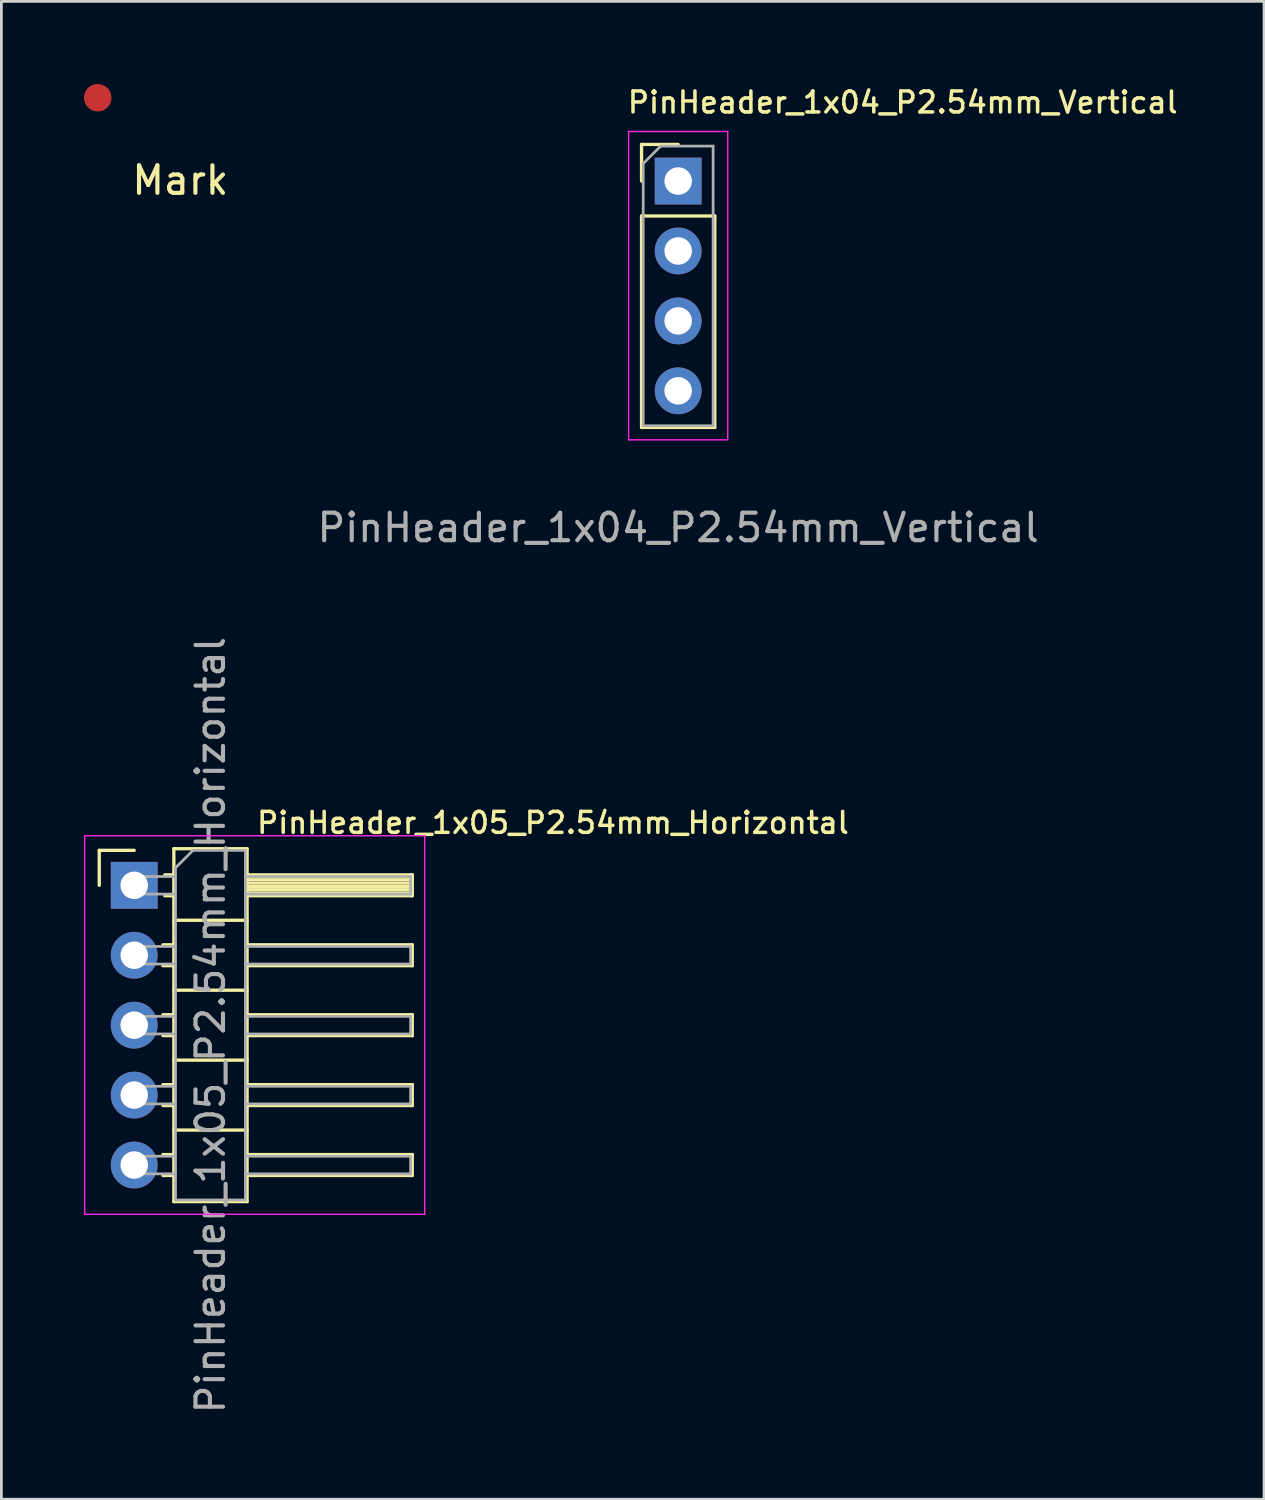
<source format=kicad_pcb>
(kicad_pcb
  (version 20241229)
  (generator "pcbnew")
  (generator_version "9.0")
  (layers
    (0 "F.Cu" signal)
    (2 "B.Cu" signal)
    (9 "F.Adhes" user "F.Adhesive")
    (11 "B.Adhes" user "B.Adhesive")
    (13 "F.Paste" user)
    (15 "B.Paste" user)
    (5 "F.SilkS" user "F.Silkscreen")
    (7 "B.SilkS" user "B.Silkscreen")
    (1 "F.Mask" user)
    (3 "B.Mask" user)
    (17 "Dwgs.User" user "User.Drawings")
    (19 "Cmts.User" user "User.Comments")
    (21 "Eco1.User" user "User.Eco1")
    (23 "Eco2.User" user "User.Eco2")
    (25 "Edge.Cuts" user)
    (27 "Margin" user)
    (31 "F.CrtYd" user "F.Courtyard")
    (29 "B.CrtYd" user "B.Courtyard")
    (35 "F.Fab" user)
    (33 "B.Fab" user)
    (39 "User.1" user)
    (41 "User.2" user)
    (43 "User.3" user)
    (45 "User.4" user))
  (footprint "PinHeader_1x04_P2.54mm_Vertical"
    (layer "F.Cu")
    (at 21.583 3.526)
    (property "Reference" "PinHeader_1x04_P2.54mm_Vertical" (at -1.905 -2.857 0) (layer "F.SilkS") (effects (font (size 0.762 0.762) (thickness 0.127)) (justify left)))
    (attr through_hole)
    (fp_line (start -1.33 -1.33) (end 0 -1.33) (stroke (width 0.12) (type solid)) (layer "F.SilkS"))
    (fp_line (start -1.33 0) (end -1.33 -1.33) (stroke (width 0.12) (type solid)) (layer "F.SilkS"))
    (fp_line (start -1.33 1.27) (end -1.33 8.95) (stroke (width 0.12) (type solid)) (layer "F.SilkS"))
    (fp_line (start -1.33 1.27) (end 1.33 1.27) (stroke (width 0.12) (type solid)) (layer "F.SilkS"))
    (fp_line (start -1.33 8.95) (end 1.33 8.95) (stroke (width 0.12) (type solid)) (layer "F.SilkS"))
    (fp_line (start 1.33 1.27) (end 1.33 8.95) (stroke (width 0.12) (type solid)) (layer "F.SilkS"))
    (fp_line (start -1.8 -1.8) (end -1.8 9.4) (stroke (width 0.05) (type solid)) (layer "F.CrtYd"))
    (fp_line (start -1.8 9.4) (end 1.8 9.4) (stroke (width 0.05) (type solid)) (layer "F.CrtYd"))
    (fp_line (start 1.8 -1.8) (end -1.8 -1.8) (stroke (width 0.05) (type solid)) (layer "F.CrtYd"))
    (fp_line (start 1.8 9.4) (end 1.8 -1.8) (stroke (width 0.05) (type solid)) (layer "F.CrtYd"))
    (fp_line (start -1.27 -0.635) (end -0.635 -1.27) (stroke (width 0.1) (type solid)) (layer "F.Fab"))
    (fp_line (start -1.27 8.89) (end -1.27 -0.635) (stroke (width 0.1) (type solid)) (layer "F.Fab"))
    (fp_line (start -0.635 -1.27) (end 1.27 -1.27) (stroke (width 0.1) (type solid)) (layer "F.Fab"))
    (fp_line (start 1.27 -1.27) (end 1.27 8.89) (stroke (width 0.1) (type solid)) (layer "F.Fab"))
    (fp_line (start 1.27 8.89) (end -1.27 8.89) (stroke (width 0.1) (type solid)) (layer "F.Fab"))
    (fp_text user "${REFERENCE}" (at 0 12.592 180) (layer "F.Fab") (effects (font (size 1 1) (thickness 0.15))))
    (pad "1" thru_hole rect (at 0 0) (size 1.7 1.7) (drill 1) (layers "*.Cu" "*.Mask"))
    (pad "2" thru_hole oval (at 0 2.54) (size 1.7 1.7) (drill 1) (layers "*.Cu" "*.Mask"))
    (pad "3" thru_hole oval (at 0 5.08) (size 1.7 1.7) (drill 1) (layers "*.Cu" "*.Mask"))
    (pad "4" thru_hole oval (at 0 7.62) (size 1.7 1.7) (drill 1) (layers "*.Cu" "*.Mask")))
  (footprint "PinHeader_1x05_P2.54mm_Horizontal"
    (layer "F.Cu")
    (at 1.825 29.107)
    (property "Reference" "PinHeader_1x05_P2.54mm_Horizontal" (at 4.385 -2.27 0) (layer "F.SilkS") (effects (font (size 0.762 0.762) (thickness 0.127)) (justify left)))
    (attr through_hole)
    (fp_line (start -1.27 -1.27) (end 0 -1.27) (stroke (width 0.12) (type solid)) (layer "F.SilkS"))
    (fp_line (start -1.27 0) (end -1.27 -1.27) (stroke (width 0.12) (type solid)) (layer "F.SilkS"))
    (fp_line (start 1.043 2.16) (end 1.44 2.16) (stroke (width 0.12) (type solid)) (layer "F.SilkS"))
    (fp_line (start 1.043 2.92) (end 1.44 2.92) (stroke (width 0.12) (type solid)) (layer "F.SilkS"))
    (fp_line (start 1.043 4.7) (end 1.44 4.7) (stroke (width 0.12) (type solid)) (layer "F.SilkS"))
    (fp_line (start 1.043 5.46) (end 1.44 5.46) (stroke (width 0.12) (type solid)) (layer "F.SilkS"))
    (fp_line (start 1.043 7.24) (end 1.44 7.24) (stroke (width 0.12) (type solid)) (layer "F.SilkS"))
    (fp_line (start 1.043 8) (end 1.44 8) (stroke (width 0.12) (type solid)) (layer "F.SilkS"))
    (fp_line (start 1.043 9.78) (end 1.44 9.78) (stroke (width 0.12) (type solid)) (layer "F.SilkS"))
    (fp_line (start 1.043 10.54) (end 1.44 10.54) (stroke (width 0.12) (type solid)) (layer "F.SilkS"))
    (fp_line (start 1.11 -0.38) (end 1.44 -0.38) (stroke (width 0.12) (type solid)) (layer "F.SilkS"))
    (fp_line (start 1.11 0.38) (end 1.44 0.38) (stroke (width 0.12) (type solid)) (layer "F.SilkS"))
    (fp_line (start 1.44 -1.33) (end 1.44 11.49) (stroke (width 0.12) (type solid)) (layer "F.SilkS"))
    (fp_line (start 1.44 1.27) (end 4.1 1.27) (stroke (width 0.12) (type solid)) (layer "F.SilkS"))
    (fp_line (start 1.44 3.81) (end 4.1 3.81) (stroke (width 0.12) (type solid)) (layer "F.SilkS"))
    (fp_line (start 1.44 6.35) (end 4.1 6.35) (stroke (width 0.12) (type solid)) (layer "F.SilkS"))
    (fp_line (start 1.44 8.89) (end 4.1 8.89) (stroke (width 0.12) (type solid)) (layer "F.SilkS"))
    (fp_line (start 1.44 11.49) (end 4.1 11.49) (stroke (width 0.12) (type solid)) (layer "F.SilkS"))
    (fp_line (start 4.1 -1.33) (end 1.44 -1.33) (stroke (width 0.12) (type solid)) (layer "F.SilkS"))
    (fp_line (start 4.1 -0.38) (end 10.1 -0.38) (stroke (width 0.12) (type solid)) (layer "F.SilkS"))
    (fp_line (start 4.1 -0.32) (end 10.1 -0.32) (stroke (width 0.12) (type solid)) (layer "F.SilkS"))
    (fp_line (start 4.1 -0.2) (end 10.1 -0.2) (stroke (width 0.12) (type solid)) (layer "F.SilkS"))
    (fp_line (start 4.1 -0.08) (end 10.1 -0.08) (stroke (width 0.12) (type solid)) (layer "F.SilkS"))
    (fp_line (start 4.1 0.04) (end 10.1 0.04) (stroke (width 0.12) (type solid)) (layer "F.SilkS"))
    (fp_line (start 4.1 0.16) (end 10.1 0.16) (stroke (width 0.12) (type solid)) (layer "F.SilkS"))
    (fp_line (start 4.1 0.28) (end 10.1 0.28) (stroke (width 0.12) (type solid)) (layer "F.SilkS"))
    (fp_line (start 4.1 2.16) (end 10.1 2.16) (stroke (width 0.12) (type solid)) (layer "F.SilkS"))
    (fp_line (start 4.1 4.7) (end 10.1 4.7) (stroke (width 0.12) (type solid)) (layer "F.SilkS"))
    (fp_line (start 4.1 7.24) (end 10.1 7.24) (stroke (width 0.12) (type solid)) (layer "F.SilkS"))
    (fp_line (start 4.1 9.78) (end 10.1 9.78) (stroke (width 0.12) (type solid)) (layer "F.SilkS"))
    (fp_line (start 4.1 11.49) (end 4.1 -1.33) (stroke (width 0.12) (type solid)) (layer "F.SilkS"))
    (fp_line (start 10.1 -0.38) (end 10.1 0.38) (stroke (width 0.12) (type solid)) (layer "F.SilkS"))
    (fp_line (start 10.1 0.38) (end 4.1 0.38) (stroke (width 0.12) (type solid)) (layer "F.SilkS"))
    (fp_line (start 10.1 2.16) (end 10.1 2.92) (stroke (width 0.12) (type solid)) (layer "F.SilkS"))
    (fp_line (start 10.1 2.92) (end 4.1 2.92) (stroke (width 0.12) (type solid)) (layer "F.SilkS"))
    (fp_line (start 10.1 4.7) (end 10.1 5.46) (stroke (width 0.12) (type solid)) (layer "F.SilkS"))
    (fp_line (start 10.1 5.46) (end 4.1 5.46) (stroke (width 0.12) (type solid)) (layer "F.SilkS"))
    (fp_line (start 10.1 7.24) (end 10.1 8) (stroke (width 0.12) (type solid)) (layer "F.SilkS"))
    (fp_line (start 10.1 8) (end 4.1 8) (stroke (width 0.12) (type solid)) (layer "F.SilkS"))
    (fp_line (start 10.1 9.78) (end 10.1 10.54) (stroke (width 0.12) (type solid)) (layer "F.SilkS"))
    (fp_line (start 10.1 10.54) (end 4.1 10.54) (stroke (width 0.12) (type solid)) (layer "F.SilkS"))
    (fp_line (start -1.8 -1.8) (end -1.8 11.95) (stroke (width 0.05) (type solid)) (layer "F.CrtYd"))
    (fp_line (start -1.8 11.95) (end 10.55 11.95) (stroke (width 0.05) (type solid)) (layer "F.CrtYd"))
    (fp_line (start 10.55 -1.8) (end -1.8 -1.8) (stroke (width 0.05) (type solid)) (layer "F.CrtYd"))
    (fp_line (start 10.55 11.95) (end 10.55 -1.8) (stroke (width 0.05) (type solid)) (layer "F.CrtYd"))
    (fp_line (start -0.32 -0.32) (end -0.32 0.32) (stroke (width 0.1) (type solid)) (layer "F.Fab"))
    (fp_line (start -0.32 -0.32) (end 1.5 -0.32) (stroke (width 0.1) (type solid)) (layer "F.Fab"))
    (fp_line (start -0.32 0.32) (end 1.5 0.32) (stroke (width 0.1) (type solid)) (layer "F.Fab"))
    (fp_line (start -0.32 2.22) (end -0.32 2.86) (stroke (width 0.1) (type solid)) (layer "F.Fab"))
    (fp_line (start -0.32 2.22) (end 1.5 2.22) (stroke (width 0.1) (type solid)) (layer "F.Fab"))
    (fp_line (start -0.32 2.86) (end 1.5 2.86) (stroke (width 0.1) (type solid)) (layer "F.Fab"))
    (fp_line (start -0.32 4.76) (end -0.32 5.4) (stroke (width 0.1) (type solid)) (layer "F.Fab"))
    (fp_line (start -0.32 4.76) (end 1.5 4.76) (stroke (width 0.1) (type solid)) (layer "F.Fab"))
    (fp_line (start -0.32 5.4) (end 1.5 5.4) (stroke (width 0.1) (type solid)) (layer "F.Fab"))
    (fp_line (start -0.32 7.3) (end -0.32 7.94) (stroke (width 0.1) (type solid)) (layer "F.Fab"))
    (fp_line (start -0.32 7.3) (end 1.5 7.3) (stroke (width 0.1) (type solid)) (layer "F.Fab"))
    (fp_line (start -0.32 7.94) (end 1.5 7.94) (stroke (width 0.1) (type solid)) (layer "F.Fab"))
    (fp_line (start -0.32 9.84) (end -0.32 10.48) (stroke (width 0.1) (type solid)) (layer "F.Fab"))
    (fp_line (start -0.32 9.84) (end 1.5 9.84) (stroke (width 0.1) (type solid)) (layer "F.Fab"))
    (fp_line (start -0.32 10.48) (end 1.5 10.48) (stroke (width 0.1) (type solid)) (layer "F.Fab"))
    (fp_line (start 1.5 -0.635) (end 2.135 -1.27) (stroke (width 0.1) (type solid)) (layer "F.Fab"))
    (fp_line (start 1.5 11.43) (end 1.5 -0.635) (stroke (width 0.1) (type solid)) (layer "F.Fab"))
    (fp_line (start 2.135 -1.27) (end 4.04 -1.27) (stroke (width 0.1) (type solid)) (layer "F.Fab"))
    (fp_line (start 4.04 -1.27) (end 4.04 11.43) (stroke (width 0.1) (type solid)) (layer "F.Fab"))
    (fp_line (start 4.04 -0.32) (end 10.04 -0.32) (stroke (width 0.1) (type solid)) (layer "F.Fab"))
    (fp_line (start 4.04 0.32) (end 10.04 0.32) (stroke (width 0.1) (type solid)) (layer "F.Fab"))
    (fp_line (start 4.04 2.22) (end 10.04 2.22) (stroke (width 0.1) (type solid)) (layer "F.Fab"))
    (fp_line (start 4.04 2.86) (end 10.04 2.86) (stroke (width 0.1) (type solid)) (layer "F.Fab"))
    (fp_line (start 4.04 4.76) (end 10.04 4.76) (stroke (width 0.1) (type solid)) (layer "F.Fab"))
    (fp_line (start 4.04 5.4) (end 10.04 5.4) (stroke (width 0.1) (type solid)) (layer "F.Fab"))
    (fp_line (start 4.04 7.3) (end 10.04 7.3) (stroke (width 0.1) (type solid)) (layer "F.Fab"))
    (fp_line (start 4.04 7.94) (end 10.04 7.94) (stroke (width 0.1) (type solid)) (layer "F.Fab"))
    (fp_line (start 4.04 9.84) (end 10.04 9.84) (stroke (width 0.1) (type solid)) (layer "F.Fab"))
    (fp_line (start 4.04 10.48) (end 10.04 10.48) (stroke (width 0.1) (type solid)) (layer "F.Fab"))
    (fp_line (start 4.04 11.43) (end 1.5 11.43) (stroke (width 0.1) (type solid)) (layer "F.Fab"))
    (fp_line (start 10.04 -0.32) (end 10.04 0.32) (stroke (width 0.1) (type solid)) (layer "F.Fab"))
    (fp_line (start 10.04 2.22) (end 10.04 2.86) (stroke (width 0.1) (type solid)) (layer "F.Fab"))
    (fp_line (start 10.04 4.76) (end 10.04 5.4) (stroke (width 0.1) (type solid)) (layer "F.Fab"))
    (fp_line (start 10.04 7.3) (end 10.04 7.94) (stroke (width 0.1) (type solid)) (layer "F.Fab"))
    (fp_line (start 10.04 9.84) (end 10.04 10.48) (stroke (width 0.1) (type solid)) (layer "F.Fab"))
    (fp_text user "${REFERENCE}" (at 2.77 5.08 90) (layer "F.Fab") (effects (font (size 1 1) (thickness 0.15))))
    (pad "1" thru_hole rect (at 0 0) (size 1.7 1.7) (drill 1) (layers "*.Cu" "*.Mask"))
    (pad "2" thru_hole oval (at 0 2.54) (size 1.7 1.7) (drill 1) (layers "*.Cu" "*.Mask"))
    (pad "3" thru_hole oval (at 0 5.08) (size 1.7 1.7) (drill 1) (layers "*.Cu" "*.Mask"))
    (pad "4" thru_hole oval (at 0 7.62) (size 1.7 1.7) (drill 1) (layers "*.Cu" "*.Mask"))
    (pad "5" thru_hole oval (at 0 10.16) (size 1.7 1.7) (drill 1) (layers "*.Cu" "*.Mask")))
  (footprint "Mark"
    (layer "F.Cu")
    (at 0.5 0.5)
    (property "Reference" "Mark" (at 3 3 0) (unlocked yes) (layer "F.SilkS") (effects (font (size 1 1) (thickness 0.15))))
    (attr smd board_only exclude_from_bom)
    (pad "1" smd circle (at 0 0) (size 1 1) (property pad_prop_fiducial_glob) (layers "F.Cu" "F.Mask" "F.Paste")))
  (gr_rect
    (start -3 -3)
    (end 42.864 51.407)
    (stroke (width 0.1) (type default))
    (fill no)
    (layer "Edge.Cuts")))
</source>
